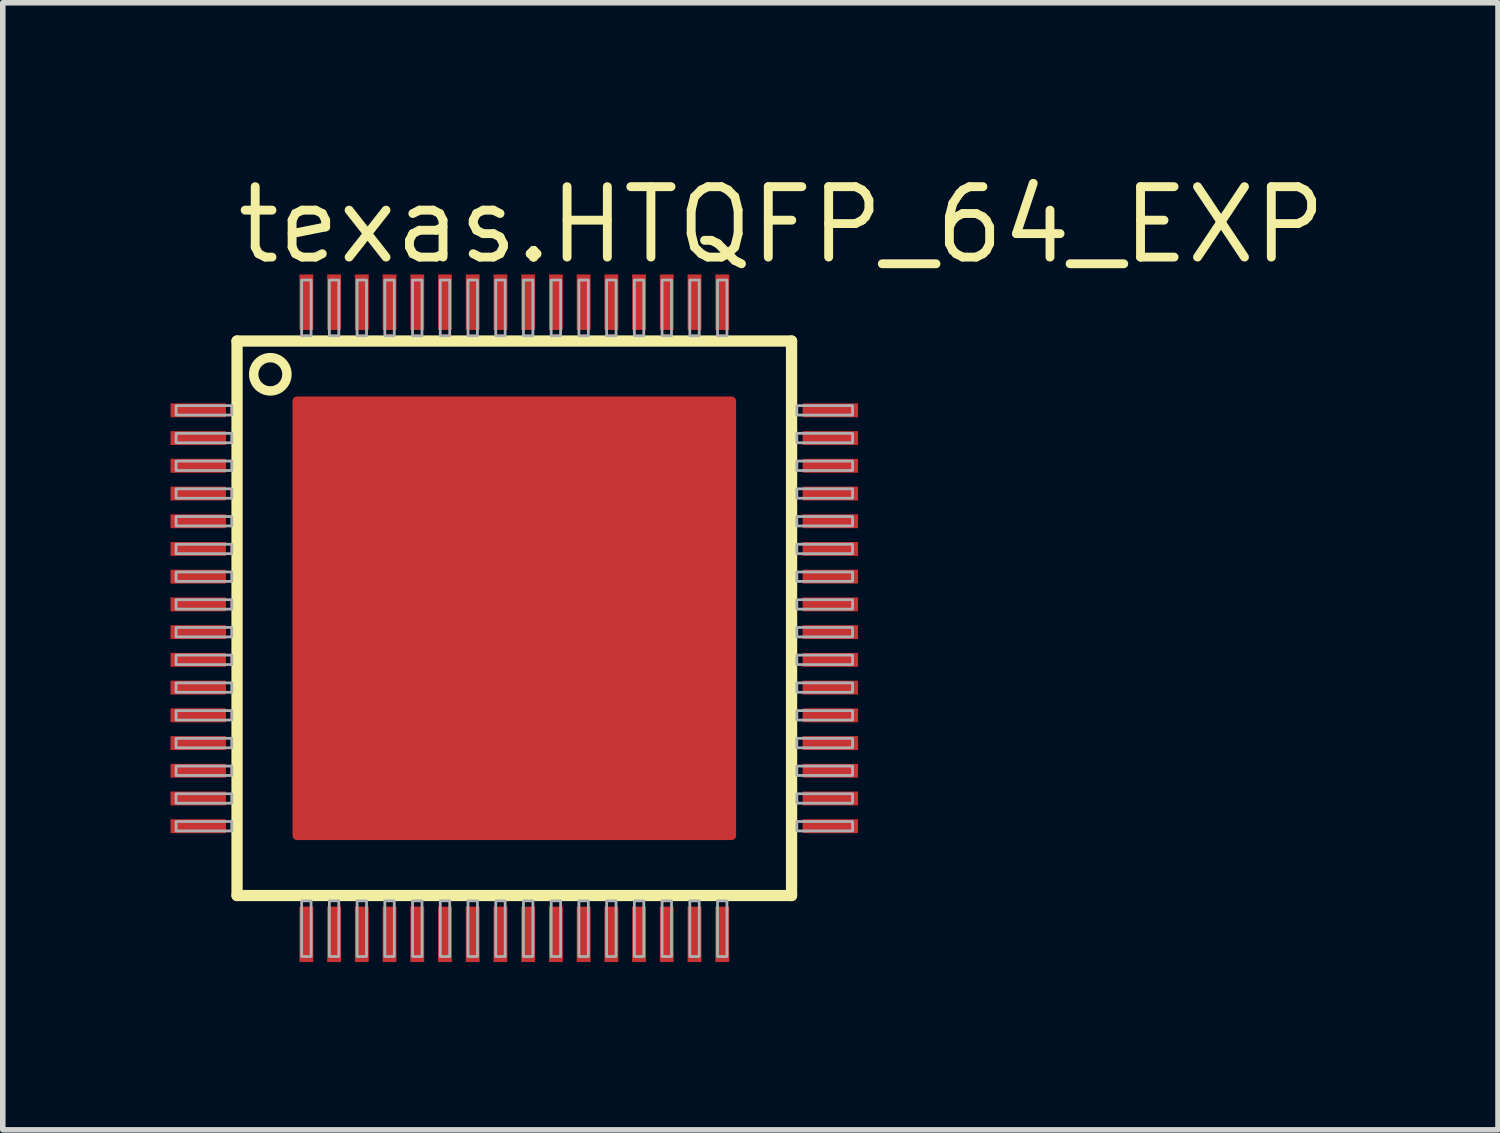
<source format=kicad_pcb>
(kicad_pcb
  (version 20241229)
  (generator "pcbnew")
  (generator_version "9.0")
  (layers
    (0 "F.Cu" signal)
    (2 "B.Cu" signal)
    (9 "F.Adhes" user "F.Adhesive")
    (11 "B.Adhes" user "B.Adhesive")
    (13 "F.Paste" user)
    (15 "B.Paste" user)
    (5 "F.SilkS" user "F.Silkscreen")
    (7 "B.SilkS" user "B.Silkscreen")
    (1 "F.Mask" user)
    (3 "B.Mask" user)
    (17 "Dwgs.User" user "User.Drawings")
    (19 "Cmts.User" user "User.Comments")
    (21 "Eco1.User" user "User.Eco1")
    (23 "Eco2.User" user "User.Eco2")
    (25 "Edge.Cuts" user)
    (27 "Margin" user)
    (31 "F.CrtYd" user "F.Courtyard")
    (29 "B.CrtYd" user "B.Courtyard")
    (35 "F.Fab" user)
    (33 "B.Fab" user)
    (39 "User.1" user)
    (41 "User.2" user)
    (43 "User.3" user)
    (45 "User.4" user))
  (footprint "texas.HTQFP_64_EXP"
    (layer "F.Cu")
    (at 6.225 8.1)
    (property "Reference" "texas.HTQFP_64_EXP" (at -5.08 -6.35 0) (layer "F.SilkS") (effects (font (size 1.27 1.27) (thickness 0.16)) (justify left bottom)))
    (attr smd)
    (fp_rect (start -6.2 -3.625) (end -5.2 -3.875) (stroke (width 0.05) (type default)) (fill yes) (layer "F.Mask"))
    (fp_rect (start -6.2 -3.125) (end -5.2 -3.375) (stroke (width 0.05) (type default)) (fill yes) (layer "F.Mask"))
    (fp_rect (start -6.2 -2.625) (end -5.2 -2.875) (stroke (width 0.05) (type default)) (fill yes) (layer "F.Mask"))
    (fp_rect (start -6.2 -2.125) (end -5.2 -2.375) (stroke (width 0.05) (type default)) (fill yes) (layer "F.Mask"))
    (fp_rect (start -6.2 -1.625) (end -5.2 -1.875) (stroke (width 0.05) (type default)) (fill yes) (layer "F.Mask"))
    (fp_rect (start -6.2 -1.125) (end -5.2 -1.375) (stroke (width 0.05) (type default)) (fill yes) (layer "F.Mask"))
    (fp_rect (start -6.2 -0.625) (end -5.2 -0.875) (stroke (width 0.05) (type default)) (fill yes) (layer "F.Mask"))
    (fp_rect (start -6.2 -0.125) (end -5.2 -0.375) (stroke (width 0.05) (type default)) (fill yes) (layer "F.Mask"))
    (fp_rect (start -6.2 0.375) (end -5.2 0.125) (stroke (width 0.05) (type default)) (fill yes) (layer "F.Mask"))
    (fp_rect (start -6.2 0.875) (end -5.2 0.625) (stroke (width 0.05) (type default)) (fill yes) (layer "F.Mask"))
    (fp_rect (start -6.2 1.375) (end -5.2 1.125) (stroke (width 0.05) (type default)) (fill yes) (layer "F.Mask"))
    (fp_rect (start -6.2 1.875) (end -5.2 1.625) (stroke (width 0.05) (type default)) (fill yes) (layer "F.Mask"))
    (fp_rect (start -6.2 2.375) (end -5.2 2.125) (stroke (width 0.05) (type default)) (fill yes) (layer "F.Mask"))
    (fp_rect (start -6.2 2.875) (end -5.2 2.625) (stroke (width 0.05) (type default)) (fill yes) (layer "F.Mask"))
    (fp_rect (start -6.2 3.375) (end -5.2 3.125) (stroke (width 0.05) (type default)) (fill yes) (layer "F.Mask"))
    (fp_rect (start -6.2 3.875) (end -5.2 3.625) (stroke (width 0.05) (type default)) (fill yes) (layer "F.Mask"))
    (fp_rect (start -4 4) (end 4 -4) (stroke (width 0.05) (type default)) (fill yes) (layer "F.Mask"))
    (fp_rect (start -3.875 -5.2) (end -3.625 -6.2) (stroke (width 0.05) (type default)) (fill yes) (layer "F.Mask"))
    (fp_rect (start -3.875 6.2) (end -3.625 5.2) (stroke (width 0.05) (type default)) (fill yes) (layer "F.Mask"))
    (fp_rect (start -3.375 -5.2) (end -3.125 -6.2) (stroke (width 0.05) (type default)) (fill yes) (layer "F.Mask"))
    (fp_rect (start -3.375 6.2) (end -3.125 5.2) (stroke (width 0.05) (type default)) (fill yes) (layer "F.Mask"))
    (fp_rect (start -2.875 -5.2) (end -2.625 -6.2) (stroke (width 0.05) (type default)) (fill yes) (layer "F.Mask"))
    (fp_rect (start -2.875 6.2) (end -2.625 5.2) (stroke (width 0.05) (type default)) (fill yes) (layer "F.Mask"))
    (fp_rect (start -2.375 -5.2) (end -2.125 -6.2) (stroke (width 0.05) (type default)) (fill yes) (layer "F.Mask"))
    (fp_rect (start -2.375 6.2) (end -2.125 5.2) (stroke (width 0.05) (type default)) (fill yes) (layer "F.Mask"))
    (fp_rect (start -1.875 -5.2) (end -1.625 -6.2) (stroke (width 0.05) (type default)) (fill yes) (layer "F.Mask"))
    (fp_rect (start -1.875 6.2) (end -1.625 5.2) (stroke (width 0.05) (type default)) (fill yes) (layer "F.Mask"))
    (fp_rect (start -1.375 -5.2) (end -1.125 -6.2) (stroke (width 0.05) (type default)) (fill yes) (layer "F.Mask"))
    (fp_rect (start -1.375 6.2) (end -1.125 5.2) (stroke (width 0.05) (type default)) (fill yes) (layer "F.Mask"))
    (fp_rect (start -0.875 -5.2) (end -0.625 -6.2) (stroke (width 0.05) (type default)) (fill yes) (layer "F.Mask"))
    (fp_rect (start -0.875 6.2) (end -0.625 5.2) (stroke (width 0.05) (type default)) (fill yes) (layer "F.Mask"))
    (fp_rect (start -0.375 -5.2) (end -0.125 -6.2) (stroke (width 0.05) (type default)) (fill yes) (layer "F.Mask"))
    (fp_rect (start -0.375 6.2) (end -0.125 5.2) (stroke (width 0.05) (type default)) (fill yes) (layer "F.Mask"))
    (fp_rect (start 0.125 -5.2) (end 0.375 -6.2) (stroke (width 0.05) (type default)) (fill yes) (layer "F.Mask"))
    (fp_rect (start 0.125 6.2) (end 0.375 5.2) (stroke (width 0.05) (type default)) (fill yes) (layer "F.Mask"))
    (fp_rect (start 0.625 -5.2) (end 0.875 -6.2) (stroke (width 0.05) (type default)) (fill yes) (layer "F.Mask"))
    (fp_rect (start 0.625 6.2) (end 0.875 5.2) (stroke (width 0.05) (type default)) (fill yes) (layer "F.Mask"))
    (fp_rect (start 1.125 -5.2) (end 1.375 -6.2) (stroke (width 0.05) (type default)) (fill yes) (layer "F.Mask"))
    (fp_rect (start 1.125 6.2) (end 1.375 5.2) (stroke (width 0.05) (type default)) (fill yes) (layer "F.Mask"))
    (fp_rect (start 1.625 -5.2) (end 1.875 -6.2) (stroke (width 0.05) (type default)) (fill yes) (layer "F.Mask"))
    (fp_rect (start 1.625 6.2) (end 1.875 5.2) (stroke (width 0.05) (type default)) (fill yes) (layer "F.Mask"))
    (fp_rect (start 2.125 -5.2) (end 2.375 -6.2) (stroke (width 0.05) (type default)) (fill yes) (layer "F.Mask"))
    (fp_rect (start 2.125 6.2) (end 2.375 5.2) (stroke (width 0.05) (type default)) (fill yes) (layer "F.Mask"))
    (fp_rect (start 2.625 -5.2) (end 2.875 -6.2) (stroke (width 0.05) (type default)) (fill yes) (layer "F.Mask"))
    (fp_rect (start 2.625 6.2) (end 2.875 5.2) (stroke (width 0.05) (type default)) (fill yes) (layer "F.Mask"))
    (fp_rect (start 3.125 -5.2) (end 3.375 -6.2) (stroke (width 0.05) (type default)) (fill yes) (layer "F.Mask"))
    (fp_rect (start 3.125 6.2) (end 3.375 5.2) (stroke (width 0.05) (type default)) (fill yes) (layer "F.Mask"))
    (fp_rect (start 3.625 -5.2) (end 3.875 -6.2) (stroke (width 0.05) (type default)) (fill yes) (layer "F.Mask"))
    (fp_rect (start 3.625 6.2) (end 3.875 5.2) (stroke (width 0.05) (type default)) (fill yes) (layer "F.Mask"))
    (fp_rect (start 5.2 -3.625) (end 6.2 -3.875) (stroke (width 0.05) (type default)) (fill yes) (layer "F.Mask"))
    (fp_rect (start 5.2 -3.125) (end 6.2 -3.375) (stroke (width 0.05) (type default)) (fill yes) (layer "F.Mask"))
    (fp_rect (start 5.2 -2.625) (end 6.2 -2.875) (stroke (width 0.05) (type default)) (fill yes) (layer "F.Mask"))
    (fp_rect (start 5.2 -2.125) (end 6.2 -2.375) (stroke (width 0.05) (type default)) (fill yes) (layer "F.Mask"))
    (fp_rect (start 5.2 -1.625) (end 6.2 -1.875) (stroke (width 0.05) (type default)) (fill yes) (layer "F.Mask"))
    (fp_rect (start 5.2 -1.125) (end 6.2 -1.375) (stroke (width 0.05) (type default)) (fill yes) (layer "F.Mask"))
    (fp_rect (start 5.2 -0.625) (end 6.2 -0.875) (stroke (width 0.05) (type default)) (fill yes) (layer "F.Mask"))
    (fp_rect (start 5.2 -0.125) (end 6.2 -0.375) (stroke (width 0.05) (type default)) (fill yes) (layer "F.Mask"))
    (fp_rect (start 5.2 0.375) (end 6.2 0.125) (stroke (width 0.05) (type default)) (fill yes) (layer "F.Mask"))
    (fp_rect (start 5.2 0.875) (end 6.2 0.625) (stroke (width 0.05) (type default)) (fill yes) (layer "F.Mask"))
    (fp_rect (start 5.2 1.375) (end 6.2 1.125) (stroke (width 0.05) (type default)) (fill yes) (layer "F.Mask"))
    (fp_rect (start 5.2 1.875) (end 6.2 1.625) (stroke (width 0.05) (type default)) (fill yes) (layer "F.Mask"))
    (fp_rect (start 5.2 2.375) (end 6.2 2.125) (stroke (width 0.05) (type default)) (fill yes) (layer "F.Mask"))
    (fp_rect (start 5.2 2.875) (end 6.2 2.625) (stroke (width 0.05) (type default)) (fill yes) (layer "F.Mask"))
    (fp_rect (start 5.2 3.375) (end 6.2 3.125) (stroke (width 0.05) (type default)) (fill yes) (layer "F.Mask"))
    (fp_rect (start 5.2 3.875) (end 6.2 3.625) (stroke (width 0.05) (type default)) (fill yes) (layer "F.Mask"))
    (fp_line (start -5 -5) (end 5 -5) (stroke (width 0.203) (type default)) (layer "F.SilkS"))
    (fp_line (start -5 5) (end -5 -5) (stroke (width 0.203) (type default)) (layer "F.SilkS"))
    (fp_line (start 5 -5) (end 5 5) (stroke (width 0.203) (type default)) (layer "F.SilkS"))
    (fp_line (start 5 5) (end -5 5) (stroke (width 0.203) (type default)) (layer "F.SilkS"))
    (fp_circle (center -4.4 -4.4) (end -4.1 -4.4) (stroke (width 0.17) (type default)) (fill no) (layer "F.SilkS"))
    (fp_rect (start -6.2 -3.625) (end -5.2 -3.875) (stroke (width 0.05) (type default)) (fill yes) (layer "F.Paste"))
    (fp_rect (start -6.2 -3.125) (end -5.2 -3.375) (stroke (width 0.05) (type default)) (fill yes) (layer "F.Paste"))
    (fp_rect (start -6.2 -2.625) (end -5.2 -2.875) (stroke (width 0.05) (type default)) (fill yes) (layer "F.Paste"))
    (fp_rect (start -6.2 -2.125) (end -5.2 -2.375) (stroke (width 0.05) (type default)) (fill yes) (layer "F.Paste"))
    (fp_rect (start -6.2 -1.625) (end -5.2 -1.875) (stroke (width 0.05) (type default)) (fill yes) (layer "F.Paste"))
    (fp_rect (start -6.2 -1.125) (end -5.2 -1.375) (stroke (width 0.05) (type default)) (fill yes) (layer "F.Paste"))
    (fp_rect (start -6.2 -0.625) (end -5.2 -0.875) (stroke (width 0.05) (type default)) (fill yes) (layer "F.Paste"))
    (fp_rect (start -6.2 -0.125) (end -5.2 -0.375) (stroke (width 0.05) (type default)) (fill yes) (layer "F.Paste"))
    (fp_rect (start -6.2 0.375) (end -5.2 0.125) (stroke (width 0.05) (type default)) (fill yes) (layer "F.Paste"))
    (fp_rect (start -6.2 0.875) (end -5.2 0.625) (stroke (width 0.05) (type default)) (fill yes) (layer "F.Paste"))
    (fp_rect (start -6.2 1.375) (end -5.2 1.125) (stroke (width 0.05) (type default)) (fill yes) (layer "F.Paste"))
    (fp_rect (start -6.2 1.875) (end -5.2 1.625) (stroke (width 0.05) (type default)) (fill yes) (layer "F.Paste"))
    (fp_rect (start -6.2 2.375) (end -5.2 2.125) (stroke (width 0.05) (type default)) (fill yes) (layer "F.Paste"))
    (fp_rect (start -6.2 2.875) (end -5.2 2.625) (stroke (width 0.05) (type default)) (fill yes) (layer "F.Paste"))
    (fp_rect (start -6.2 3.375) (end -5.2 3.125) (stroke (width 0.05) (type default)) (fill yes) (layer "F.Paste"))
    (fp_rect (start -6.2 3.875) (end -5.2 3.625) (stroke (width 0.05) (type default)) (fill yes) (layer "F.Paste"))
    (fp_rect (start -3.875 -5.2) (end -3.625 -6.2) (stroke (width 0.05) (type default)) (fill yes) (layer "F.Paste"))
    (fp_rect (start -3.875 6.2) (end -3.625 5.2) (stroke (width 0.05) (type default)) (fill yes) (layer "F.Paste"))
    (fp_rect (start -3.375 -5.2) (end -3.125 -6.2) (stroke (width 0.05) (type default)) (fill yes) (layer "F.Paste"))
    (fp_rect (start -3.375 6.2) (end -3.125 5.2) (stroke (width 0.05) (type default)) (fill yes) (layer "F.Paste"))
    (fp_rect (start -2.875 -5.2) (end -2.625 -6.2) (stroke (width 0.05) (type default)) (fill yes) (layer "F.Paste"))
    (fp_rect (start -2.875 6.2) (end -2.625 5.2) (stroke (width 0.05) (type default)) (fill yes) (layer "F.Paste"))
    (fp_rect (start -2.375 -5.2) (end -2.125 -6.2) (stroke (width 0.05) (type default)) (fill yes) (layer "F.Paste"))
    (fp_rect (start -2.375 6.2) (end -2.125 5.2) (stroke (width 0.05) (type default)) (fill yes) (layer "F.Paste"))
    (fp_rect (start -1.875 -5.2) (end -1.625 -6.2) (stroke (width 0.05) (type default)) (fill yes) (layer "F.Paste"))
    (fp_rect (start -1.875 6.2) (end -1.625 5.2) (stroke (width 0.05) (type default)) (fill yes) (layer "F.Paste"))
    (fp_rect (start -1.375 -5.2) (end -1.125 -6.2) (stroke (width 0.05) (type default)) (fill yes) (layer "F.Paste"))
    (fp_rect (start -1.375 6.2) (end -1.125 5.2) (stroke (width 0.05) (type default)) (fill yes) (layer "F.Paste"))
    (fp_rect (start -0.875 -5.2) (end -0.625 -6.2) (stroke (width 0.05) (type default)) (fill yes) (layer "F.Paste"))
    (fp_rect (start -0.875 6.2) (end -0.625 5.2) (stroke (width 0.05) (type default)) (fill yes) (layer "F.Paste"))
    (fp_rect (start -0.375 -5.2) (end -0.125 -6.2) (stroke (width 0.05) (type default)) (fill yes) (layer "F.Paste"))
    (fp_rect (start -0.375 6.2) (end -0.125 5.2) (stroke (width 0.05) (type default)) (fill yes) (layer "F.Paste"))
    (fp_rect (start 0.125 -5.2) (end 0.375 -6.2) (stroke (width 0.05) (type default)) (fill yes) (layer "F.Paste"))
    (fp_rect (start 0.125 6.2) (end 0.375 5.2) (stroke (width 0.05) (type default)) (fill yes) (layer "F.Paste"))
    (fp_rect (start 0.625 -5.2) (end 0.875 -6.2) (stroke (width 0.05) (type default)) (fill yes) (layer "F.Paste"))
    (fp_rect (start 0.625 6.2) (end 0.875 5.2) (stroke (width 0.05) (type default)) (fill yes) (layer "F.Paste"))
    (fp_rect (start 1.125 -5.2) (end 1.375 -6.2) (stroke (width 0.05) (type default)) (fill yes) (layer "F.Paste"))
    (fp_rect (start 1.125 6.2) (end 1.375 5.2) (stroke (width 0.05) (type default)) (fill yes) (layer "F.Paste"))
    (fp_rect (start 1.625 -5.2) (end 1.875 -6.2) (stroke (width 0.05) (type default)) (fill yes) (layer "F.Paste"))
    (fp_rect (start 1.625 6.2) (end 1.875 5.2) (stroke (width 0.05) (type default)) (fill yes) (layer "F.Paste"))
    (fp_rect (start 2.125 -5.2) (end 2.375 -6.2) (stroke (width 0.05) (type default)) (fill yes) (layer "F.Paste"))
    (fp_rect (start 2.125 6.2) (end 2.375 5.2) (stroke (width 0.05) (type default)) (fill yes) (layer "F.Paste"))
    (fp_rect (start 2.625 -5.2) (end 2.875 -6.2) (stroke (width 0.05) (type default)) (fill yes) (layer "F.Paste"))
    (fp_rect (start 2.625 6.2) (end 2.875 5.2) (stroke (width 0.05) (type default)) (fill yes) (layer "F.Paste"))
    (fp_rect (start 3.125 -5.2) (end 3.375 -6.2) (stroke (width 0.05) (type default)) (fill yes) (layer "F.Paste"))
    (fp_rect (start 3.125 6.2) (end 3.375 5.2) (stroke (width 0.05) (type default)) (fill yes) (layer "F.Paste"))
    (fp_rect (start 3.625 -5.2) (end 3.875 -6.2) (stroke (width 0.05) (type default)) (fill yes) (layer "F.Paste"))
    (fp_rect (start 3.625 6.2) (end 3.875 5.2) (stroke (width 0.05) (type default)) (fill yes) (layer "F.Paste"))
    (fp_rect (start 5.2 -3.625) (end 6.2 -3.875) (stroke (width 0.05) (type default)) (fill yes) (layer "F.Paste"))
    (fp_rect (start 5.2 -3.125) (end 6.2 -3.375) (stroke (width 0.05) (type default)) (fill yes) (layer "F.Paste"))
    (fp_rect (start 5.2 -2.625) (end 6.2 -2.875) (stroke (width 0.05) (type default)) (fill yes) (layer "F.Paste"))
    (fp_rect (start 5.2 -2.125) (end 6.2 -2.375) (stroke (width 0.05) (type default)) (fill yes) (layer "F.Paste"))
    (fp_rect (start 5.2 -1.625) (end 6.2 -1.875) (stroke (width 0.05) (type default)) (fill yes) (layer "F.Paste"))
    (fp_rect (start 5.2 -1.125) (end 6.2 -1.375) (stroke (width 0.05) (type default)) (fill yes) (layer "F.Paste"))
    (fp_rect (start 5.2 -0.625) (end 6.2 -0.875) (stroke (width 0.05) (type default)) (fill yes) (layer "F.Paste"))
    (fp_rect (start 5.2 -0.125) (end 6.2 -0.375) (stroke (width 0.05) (type default)) (fill yes) (layer "F.Paste"))
    (fp_rect (start 5.2 0.375) (end 6.2 0.125) (stroke (width 0.05) (type default)) (fill yes) (layer "F.Paste"))
    (fp_rect (start 5.2 0.875) (end 6.2 0.625) (stroke (width 0.05) (type default)) (fill yes) (layer "F.Paste"))
    (fp_rect (start 5.2 1.375) (end 6.2 1.125) (stroke (width 0.05) (type default)) (fill yes) (layer "F.Paste"))
    (fp_rect (start 5.2 1.875) (end 6.2 1.625) (stroke (width 0.05) (type default)) (fill yes) (layer "F.Paste"))
    (fp_rect (start 5.2 2.375) (end 6.2 2.125) (stroke (width 0.05) (type default)) (fill yes) (layer "F.Paste"))
    (fp_rect (start 5.2 2.875) (end 6.2 2.625) (stroke (width 0.05) (type default)) (fill yes) (layer "F.Paste"))
    (fp_rect (start 5.2 3.375) (end 6.2 3.125) (stroke (width 0.05) (type default)) (fill yes) (layer "F.Paste"))
    (fp_rect (start 5.2 3.875) (end 6.2 3.625) (stroke (width 0.05) (type default)) (fill yes) (layer "F.Paste"))
    (fp_rect (start -6.1 -3.665) (end -5.095 -3.835) (stroke (width 0.05) (type default)) (fill no) (layer "F.Fab"))
    (fp_rect (start -6.1 -3.165) (end -5.095 -3.335) (stroke (width 0.05) (type default)) (fill no) (layer "F.Fab"))
    (fp_rect (start -6.1 -2.665) (end -5.095 -2.835) (stroke (width 0.05) (type default)) (fill no) (layer "F.Fab"))
    (fp_rect (start -6.1 -2.165) (end -5.095 -2.335) (stroke (width 0.05) (type default)) (fill no) (layer "F.Fab"))
    (fp_rect (start -6.1 -1.665) (end -5.095 -1.835) (stroke (width 0.05) (type default)) (fill no) (layer "F.Fab"))
    (fp_rect (start -6.1 -1.165) (end -5.095 -1.335) (stroke (width 0.05) (type default)) (fill no) (layer "F.Fab"))
    (fp_rect (start -6.1 -0.665) (end -5.095 -0.835) (stroke (width 0.05) (type default)) (fill no) (layer "F.Fab"))
    (fp_rect (start -6.1 -0.165) (end -5.095 -0.335) (stroke (width 0.05) (type default)) (fill no) (layer "F.Fab"))
    (fp_rect (start -6.1 0.335) (end -5.095 0.165) (stroke (width 0.05) (type default)) (fill no) (layer "F.Fab"))
    (fp_rect (start -6.1 0.835) (end -5.095 0.665) (stroke (width 0.05) (type default)) (fill no) (layer "F.Fab"))
    (fp_rect (start -6.1 1.335) (end -5.095 1.165) (stroke (width 0.05) (type default)) (fill no) (layer "F.Fab"))
    (fp_rect (start -6.1 1.835) (end -5.095 1.665) (stroke (width 0.05) (type default)) (fill no) (layer "F.Fab"))
    (fp_rect (start -6.1 2.335) (end -5.095 2.165) (stroke (width 0.05) (type default)) (fill no) (layer "F.Fab"))
    (fp_rect (start -6.1 2.835) (end -5.095 2.665) (stroke (width 0.05) (type default)) (fill no) (layer "F.Fab"))
    (fp_rect (start -6.1 3.335) (end -5.095 3.165) (stroke (width 0.05) (type default)) (fill no) (layer "F.Fab"))
    (fp_rect (start -6.1 3.835) (end -5.095 3.665) (stroke (width 0.05) (type default)) (fill no) (layer "F.Fab"))
    (fp_rect (start -3.835 -5.095) (end -3.665 -6.1) (stroke (width 0.05) (type default)) (fill no) (layer "F.Fab"))
    (fp_rect (start -3.835 6.1) (end -3.665 5.095) (stroke (width 0.05) (type default)) (fill no) (layer "F.Fab"))
    (fp_rect (start -3.335 -5.095) (end -3.165 -6.1) (stroke (width 0.05) (type default)) (fill no) (layer "F.Fab"))
    (fp_rect (start -3.335 6.1) (end -3.165 5.095) (stroke (width 0.05) (type default)) (fill no) (layer "F.Fab"))
    (fp_rect (start -2.835 -5.095) (end -2.665 -6.1) (stroke (width 0.05) (type default)) (fill no) (layer "F.Fab"))
    (fp_rect (start -2.835 6.1) (end -2.665 5.095) (stroke (width 0.05) (type default)) (fill no) (layer "F.Fab"))
    (fp_rect (start -2.335 -5.095) (end -2.165 -6.1) (stroke (width 0.05) (type default)) (fill no) (layer "F.Fab"))
    (fp_rect (start -2.335 6.1) (end -2.165 5.095) (stroke (width 0.05) (type default)) (fill no) (layer "F.Fab"))
    (fp_rect (start -1.835 -5.095) (end -1.665 -6.1) (stroke (width 0.05) (type default)) (fill no) (layer "F.Fab"))
    (fp_rect (start -1.835 6.1) (end -1.665 5.095) (stroke (width 0.05) (type default)) (fill no) (layer "F.Fab"))
    (fp_rect (start -1.335 -5.095) (end -1.165 -6.1) (stroke (width 0.05) (type default)) (fill no) (layer "F.Fab"))
    (fp_rect (start -1.335 6.1) (end -1.165 5.095) (stroke (width 0.05) (type default)) (fill no) (layer "F.Fab"))
    (fp_rect (start -0.835 -5.095) (end -0.665 -6.1) (stroke (width 0.05) (type default)) (fill no) (layer "F.Fab"))
    (fp_rect (start -0.835 6.1) (end -0.665 5.095) (stroke (width 0.05) (type default)) (fill no) (layer "F.Fab"))
    (fp_rect (start -0.335 -5.095) (end -0.165 -6.1) (stroke (width 0.05) (type default)) (fill no) (layer "F.Fab"))
    (fp_rect (start -0.335 6.1) (end -0.165 5.095) (stroke (width 0.05) (type default)) (fill no) (layer "F.Fab"))
    (fp_rect (start 0.165 -5.095) (end 0.335 -6.1) (stroke (width 0.05) (type default)) (fill no) (layer "F.Fab"))
    (fp_rect (start 0.165 6.1) (end 0.335 5.095) (stroke (width 0.05) (type default)) (fill no) (layer "F.Fab"))
    (fp_rect (start 0.665 -5.095) (end 0.835 -6.1) (stroke (width 0.05) (type default)) (fill no) (layer "F.Fab"))
    (fp_rect (start 0.665 6.1) (end 0.835 5.095) (stroke (width 0.05) (type default)) (fill no) (layer "F.Fab"))
    (fp_rect (start 1.165 -5.095) (end 1.335 -6.1) (stroke (width 0.05) (type default)) (fill no) (layer "F.Fab"))
    (fp_rect (start 1.165 6.1) (end 1.335 5.095) (stroke (width 0.05) (type default)) (fill no) (layer "F.Fab"))
    (fp_rect (start 1.665 -5.095) (end 1.835 -6.1) (stroke (width 0.05) (type default)) (fill no) (layer "F.Fab"))
    (fp_rect (start 1.665 6.1) (end 1.835 5.095) (stroke (width 0.05) (type default)) (fill no) (layer "F.Fab"))
    (fp_rect (start 2.165 -5.095) (end 2.335 -6.1) (stroke (width 0.05) (type default)) (fill no) (layer "F.Fab"))
    (fp_rect (start 2.165 6.1) (end 2.335 5.095) (stroke (width 0.05) (type default)) (fill no) (layer "F.Fab"))
    (fp_rect (start 2.665 -5.095) (end 2.835 -6.1) (stroke (width 0.05) (type default)) (fill no) (layer "F.Fab"))
    (fp_rect (start 2.665 6.1) (end 2.835 5.095) (stroke (width 0.05) (type default)) (fill no) (layer "F.Fab"))
    (fp_rect (start 3.165 -5.095) (end 3.335 -6.1) (stroke (width 0.05) (type default)) (fill no) (layer "F.Fab"))
    (fp_rect (start 3.165 6.1) (end 3.335 5.095) (stroke (width 0.05) (type default)) (fill no) (layer "F.Fab"))
    (fp_rect (start 3.665 -5.095) (end 3.835 -6.1) (stroke (width 0.05) (type default)) (fill no) (layer "F.Fab"))
    (fp_rect (start 3.665 6.1) (end 3.835 5.095) (stroke (width 0.05) (type default)) (fill no) (layer "F.Fab"))
    (fp_rect (start 5.095 -3.665) (end 6.1 -3.835) (stroke (width 0.05) (type default)) (fill no) (layer "F.Fab"))
    (fp_rect (start 5.095 -3.165) (end 6.1 -3.335) (stroke (width 0.05) (type default)) (fill no) (layer "F.Fab"))
    (fp_rect (start 5.095 -2.665) (end 6.1 -2.835) (stroke (width 0.05) (type default)) (fill no) (layer "F.Fab"))
    (fp_rect (start 5.095 -2.165) (end 6.1 -2.335) (stroke (width 0.05) (type default)) (fill no) (layer "F.Fab"))
    (fp_rect (start 5.095 -1.665) (end 6.1 -1.835) (stroke (width 0.05) (type default)) (fill no) (layer "F.Fab"))
    (fp_rect (start 5.095 -1.165) (end 6.1 -1.335) (stroke (width 0.05) (type default)) (fill no) (layer "F.Fab"))
    (fp_rect (start 5.095 -0.665) (end 6.1 -0.835) (stroke (width 0.05) (type default)) (fill no) (layer "F.Fab"))
    (fp_rect (start 5.095 -0.165) (end 6.1 -0.335) (stroke (width 0.05) (type default)) (fill no) (layer "F.Fab"))
    (fp_rect (start 5.095 0.335) (end 6.1 0.165) (stroke (width 0.05) (type default)) (fill no) (layer "F.Fab"))
    (fp_rect (start 5.095 0.835) (end 6.1 0.665) (stroke (width 0.05) (type default)) (fill no) (layer "F.Fab"))
    (fp_rect (start 5.095 1.335) (end 6.1 1.165) (stroke (width 0.05) (type default)) (fill no) (layer "F.Fab"))
    (fp_rect (start 5.095 1.835) (end 6.1 1.665) (stroke (width 0.05) (type default)) (fill no) (layer "F.Fab"))
    (fp_rect (start 5.095 2.335) (end 6.1 2.165) (stroke (width 0.05) (type default)) (fill no) (layer "F.Fab"))
    (fp_rect (start 5.095 2.835) (end 6.1 2.665) (stroke (width 0.05) (type default)) (fill no) (layer "F.Fab"))
    (fp_rect (start 5.095 3.335) (end 6.1 3.165) (stroke (width 0.05) (type default)) (fill no) (layer "F.Fab"))
    (fp_rect (start 5.095 3.835) (end 6.1 3.665) (stroke (width 0.05) (type default)) (fill no) (layer "F.Fab"))
    (pad "1" smd roundrect (at -5.7 -3.75) (size 1 0.25) (layers "F.Cu" "F.Mask" "F.Paste") (roundrect_rratio 0.01))
    (pad "2" smd roundrect (at -5.7 -3.25) (size 1 0.25) (layers "F.Cu" "F.Mask" "F.Paste") (roundrect_rratio 0.01))
    (pad "3" smd roundrect (at -5.7 -2.75) (size 1 0.25) (layers "F.Cu" "F.Mask" "F.Paste") (roundrect_rratio 0.01))
    (pad "4" smd roundrect (at -5.7 -2.25) (size 1 0.25) (layers "F.Cu" "F.Mask" "F.Paste") (roundrect_rratio 0.01))
    (pad "5" smd roundrect (at -5.7 -1.75) (size 1 0.25) (layers "F.Cu" "F.Mask" "F.Paste") (roundrect_rratio 0.01))
    (pad "6" smd roundrect (at -5.7 -1.25) (size 1 0.25) (layers "F.Cu" "F.Mask" "F.Paste") (roundrect_rratio 0.01))
    (pad "7" smd roundrect (at -5.7 -0.75) (size 1 0.25) (layers "F.Cu" "F.Mask" "F.Paste") (roundrect_rratio 0.01))
    (pad "8" smd roundrect (at -5.7 -0.25) (size 1 0.25) (layers "F.Cu" "F.Mask" "F.Paste") (roundrect_rratio 0.01))
    (pad "9" smd roundrect (at -5.7 0.25) (size 1 0.25) (layers "F.Cu" "F.Mask" "F.Paste") (roundrect_rratio 0.01))
    (pad "10" smd roundrect (at -5.7 0.75) (size 1 0.25) (layers "F.Cu" "F.Mask" "F.Paste") (roundrect_rratio 0.01))
    (pad "11" smd roundrect (at -5.7 1.25) (size 1 0.25) (layers "F.Cu" "F.Mask" "F.Paste") (roundrect_rratio 0.01))
    (pad "12" smd roundrect (at -5.7 1.75) (size 1 0.25) (layers "F.Cu" "F.Mask" "F.Paste") (roundrect_rratio 0.01))
    (pad "13" smd roundrect (at -5.7 2.25) (size 1 0.25) (layers "F.Cu" "F.Mask" "F.Paste") (roundrect_rratio 0.01))
    (pad "14" smd roundrect (at -5.7 2.75) (size 1 0.25) (layers "F.Cu" "F.Mask" "F.Paste") (roundrect_rratio 0.01))
    (pad "15" smd roundrect (at -5.7 3.25) (size 1 0.25) (layers "F.Cu" "F.Mask" "F.Paste") (roundrect_rratio 0.01))
    (pad "16" smd roundrect (at -5.7 3.75) (size 1 0.25) (layers "F.Cu" "F.Mask" "F.Paste") (roundrect_rratio 0.01))
    (pad "17" smd roundrect (at -3.75 5.7 90) (size 1 0.25) (layers "F.Cu" "F.Mask" "F.Paste") (roundrect_rratio 0.01))
    (pad "18" smd roundrect (at -3.25 5.7 90) (size 1 0.25) (layers "F.Cu" "F.Mask" "F.Paste") (roundrect_rratio 0.01))
    (pad "19" smd roundrect (at -2.75 5.7 90) (size 1 0.25) (layers "F.Cu" "F.Mask" "F.Paste") (roundrect_rratio 0.01))
    (pad "20" smd roundrect (at -2.25 5.7 90) (size 1 0.25) (layers "F.Cu" "F.Mask" "F.Paste") (roundrect_rratio 0.01))
    (pad "21" smd roundrect (at -1.75 5.7 90) (size 1 0.25) (layers "F.Cu" "F.Mask" "F.Paste") (roundrect_rratio 0.01))
    (pad "22" smd roundrect (at -1.25 5.7 90) (size 1 0.25) (layers "F.Cu" "F.Mask" "F.Paste") (roundrect_rratio 0.01))
    (pad "23" smd roundrect (at -0.75 5.7 90) (size 1 0.25) (layers "F.Cu" "F.Mask" "F.Paste") (roundrect_rratio 0.01))
    (pad "24" smd roundrect (at -0.25 5.7 90) (size 1 0.25) (layers "F.Cu" "F.Mask" "F.Paste") (roundrect_rratio 0.01))
    (pad "25" smd roundrect (at 0.25 5.7 90) (size 1 0.25) (layers "F.Cu" "F.Mask" "F.Paste") (roundrect_rratio 0.01))
    (pad "26" smd roundrect (at 0.75 5.7 90) (size 1 0.25) (layers "F.Cu" "F.Mask" "F.Paste") (roundrect_rratio 0.01))
    (pad "27" smd roundrect (at 1.25 5.7 90) (size 1 0.25) (layers "F.Cu" "F.Mask" "F.Paste") (roundrect_rratio 0.01))
    (pad "28" smd roundrect (at 1.75 5.7 90) (size 1 0.25) (layers "F.Cu" "F.Mask" "F.Paste") (roundrect_rratio 0.01))
    (pad "29" smd roundrect (at 2.25 5.7 90) (size 1 0.25) (layers "F.Cu" "F.Mask" "F.Paste") (roundrect_rratio 0.01))
    (pad "30" smd roundrect (at 2.75 5.7 90) (size 1 0.25) (layers "F.Cu" "F.Mask" "F.Paste") (roundrect_rratio 0.01))
    (pad "31" smd roundrect (at 3.25 5.7 90) (size 1 0.25) (layers "F.Cu" "F.Mask" "F.Paste") (roundrect_rratio 0.01))
    (pad "32" smd roundrect (at 3.75 5.7 90) (size 1 0.25) (layers "F.Cu" "F.Mask" "F.Paste") (roundrect_rratio 0.01))
    (pad "33" smd roundrect (at 5.7 3.75 180) (size 1 0.25) (layers "F.Cu" "F.Mask" "F.Paste") (roundrect_rratio 0.01))
    (pad "34" smd roundrect (at 5.7 3.25 180) (size 1 0.25) (layers "F.Cu" "F.Mask" "F.Paste") (roundrect_rratio 0.01))
    (pad "35" smd roundrect (at 5.7 2.75 180) (size 1 0.25) (layers "F.Cu" "F.Mask" "F.Paste") (roundrect_rratio 0.01))
    (pad "36" smd roundrect (at 5.7 2.25 180) (size 1 0.25) (layers "F.Cu" "F.Mask" "F.Paste") (roundrect_rratio 0.01))
    (pad "37" smd roundrect (at 5.7 1.75 180) (size 1 0.25) (layers "F.Cu" "F.Mask" "F.Paste") (roundrect_rratio 0.01))
    (pad "38" smd roundrect (at 5.7 1.25 180) (size 1 0.25) (layers "F.Cu" "F.Mask" "F.Paste") (roundrect_rratio 0.01))
    (pad "39" smd roundrect (at 5.7 0.75 180) (size 1 0.25) (layers "F.Cu" "F.Mask" "F.Paste") (roundrect_rratio 0.01))
    (pad "40" smd roundrect (at 5.7 0.25 180) (size 1 0.25) (layers "F.Cu" "F.Mask" "F.Paste") (roundrect_rratio 0.01))
    (pad "41" smd roundrect (at 5.7 -0.25 180) (size 1 0.25) (layers "F.Cu" "F.Mask" "F.Paste") (roundrect_rratio 0.01))
    (pad "42" smd roundrect (at 5.7 -0.75 180) (size 1 0.25) (layers "F.Cu" "F.Mask" "F.Paste") (roundrect_rratio 0.01))
    (pad "43" smd roundrect (at 5.7 -1.25 180) (size 1 0.25) (layers "F.Cu" "F.Mask" "F.Paste") (roundrect_rratio 0.01))
    (pad "44" smd roundrect (at 5.7 -1.75 180) (size 1 0.25) (layers "F.Cu" "F.Mask" "F.Paste") (roundrect_rratio 0.01))
    (pad "45" smd roundrect (at 5.7 -2.25 180) (size 1 0.25) (layers "F.Cu" "F.Mask" "F.Paste") (roundrect_rratio 0.01))
    (pad "46" smd roundrect (at 5.7 -2.75 180) (size 1 0.25) (layers "F.Cu" "F.Mask" "F.Paste") (roundrect_rratio 0.01))
    (pad "47" smd roundrect (at 5.7 -3.25 180) (size 1 0.25) (layers "F.Cu" "F.Mask" "F.Paste") (roundrect_rratio 0.01))
    (pad "48" smd roundrect (at 5.7 -3.75 180) (size 1 0.25) (layers "F.Cu" "F.Mask" "F.Paste") (roundrect_rratio 0.01))
    (pad "49" smd roundrect (at 3.75 -5.7 270) (size 1 0.25) (layers "F.Cu" "F.Mask" "F.Paste") (roundrect_rratio 0.01))
    (pad "50" smd roundrect (at 3.25 -5.7 270) (size 1 0.25) (layers "F.Cu" "F.Mask" "F.Paste") (roundrect_rratio 0.01))
    (pad "51" smd roundrect (at 2.75 -5.7 270) (size 1 0.25) (layers "F.Cu" "F.Mask" "F.Paste") (roundrect_rratio 0.01))
    (pad "52" smd roundrect (at 2.25 -5.7 270) (size 1 0.25) (layers "F.Cu" "F.Mask" "F.Paste") (roundrect_rratio 0.01))
    (pad "53" smd roundrect (at 1.75 -5.7 270) (size 1 0.25) (layers "F.Cu" "F.Mask" "F.Paste") (roundrect_rratio 0.01))
    (pad "54" smd roundrect (at 1.25 -5.7 270) (size 1 0.25) (layers "F.Cu" "F.Mask" "F.Paste") (roundrect_rratio 0.01))
    (pad "55" smd roundrect (at 0.75 -5.7 270) (size 1 0.25) (layers "F.Cu" "F.Mask" "F.Paste") (roundrect_rratio 0.01))
    (pad "56" smd roundrect (at 0.25 -5.7 270) (size 1 0.25) (layers "F.Cu" "F.Mask" "F.Paste") (roundrect_rratio 0.01))
    (pad "57" smd roundrect (at -0.25 -5.7 270) (size 1 0.25) (layers "F.Cu" "F.Mask" "F.Paste") (roundrect_rratio 0.01))
    (pad "58" smd roundrect (at -0.75 -5.7 270) (size 1 0.25) (layers "F.Cu" "F.Mask" "F.Paste") (roundrect_rratio 0.01))
    (pad "59" smd roundrect (at -1.25 -5.7 270) (size 1 0.25) (layers "F.Cu" "F.Mask" "F.Paste") (roundrect_rratio 0.01))
    (pad "60" smd roundrect (at -1.75 -5.7 270) (size 1 0.25) (layers "F.Cu" "F.Mask" "F.Paste") (roundrect_rratio 0.01))
    (pad "61" smd roundrect (at -2.25 -5.7 270) (size 1 0.25) (layers "F.Cu" "F.Mask" "F.Paste") (roundrect_rratio 0.01))
    (pad "62" smd roundrect (at -2.75 -5.7 270) (size 1 0.25) (layers "F.Cu" "F.Mask" "F.Paste") (roundrect_rratio 0.01))
    (pad "63" smd roundrect (at -3.25 -5.7 270) (size 1 0.25) (layers "F.Cu" "F.Mask" "F.Paste") (roundrect_rratio 0.01))
    (pad "64" smd roundrect (at -3.75 -5.7 270) (size 1 0.25) (layers "F.Cu" "F.Mask" "F.Paste") (roundrect_rratio 0.01))
    (pad "EXP" smd roundrect (at 0 0) (size 8 8) (layers "F.Cu" "F.Mask" "F.Paste") (roundrect_rratio 0.01)))
  (gr_rect
    (start -3 -3)
    (end 23.965 17.325)
    (stroke (width 0.1) (type default))
    (fill no)
    (layer "Edge.Cuts")))
</source>
